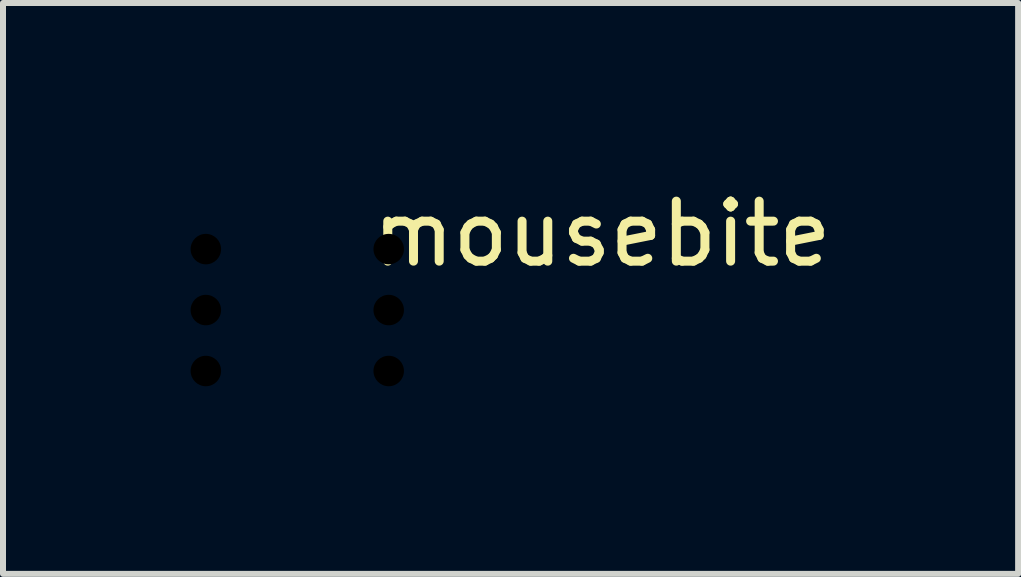
<source format=kicad_pcb>
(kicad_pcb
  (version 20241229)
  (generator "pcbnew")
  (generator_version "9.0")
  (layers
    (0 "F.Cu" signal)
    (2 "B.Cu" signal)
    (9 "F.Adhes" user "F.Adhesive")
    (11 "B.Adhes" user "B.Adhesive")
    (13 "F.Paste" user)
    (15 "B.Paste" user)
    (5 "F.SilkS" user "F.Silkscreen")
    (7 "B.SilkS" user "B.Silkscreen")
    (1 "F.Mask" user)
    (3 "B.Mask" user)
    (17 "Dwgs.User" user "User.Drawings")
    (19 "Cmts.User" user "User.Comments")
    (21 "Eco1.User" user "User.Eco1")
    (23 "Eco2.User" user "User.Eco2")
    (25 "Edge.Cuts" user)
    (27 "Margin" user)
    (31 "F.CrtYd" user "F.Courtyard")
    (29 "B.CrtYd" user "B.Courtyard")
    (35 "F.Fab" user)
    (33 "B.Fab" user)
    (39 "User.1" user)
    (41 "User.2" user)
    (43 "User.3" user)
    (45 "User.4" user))
  (footprint "mousebite"
    (layer "F.Cu")
    (at 1.905 2.118)
    (property "Reference" "mousebite" (at 5.08 -1.27 0) (unlocked yes) (layer "F.SilkS") (effects (font (size 1 1) (thickness 0.15))))
    (attr through_hole)
    (pad "" np_thru_hole circle (at -1.524 -1.016) (size 0.762 0.762) (drill 0.508) (layers "*.Mask"))
    (pad "" np_thru_hole circle (at -1.524 0) (size 0.762 0.762) (drill 0.508) (layers "*.Mask"))
    (pad "" np_thru_hole circle (at -1.524 1.016) (size 0.762 0.762) (drill 0.508) (layers "*.Mask"))
    (pad "" np_thru_hole circle (at 1.524 -1.016) (size 0.762 0.762) (drill 0.508) (layers "*.Mask"))
    (pad "" np_thru_hole circle (at 1.524 0) (size 0.762 0.762) (drill 0.508) (layers "*.Mask"))
    (pad "" np_thru_hole circle (at 1.524 1.016) (size 0.762 0.762) (drill 0.508) (layers "*.Mask")))
  (gr_rect
    (start -3 -3)
    (end 13.92 6.515)
    (stroke (width 0.1) (type default))
    (fill no)
    (layer "Edge.Cuts")))
</source>
